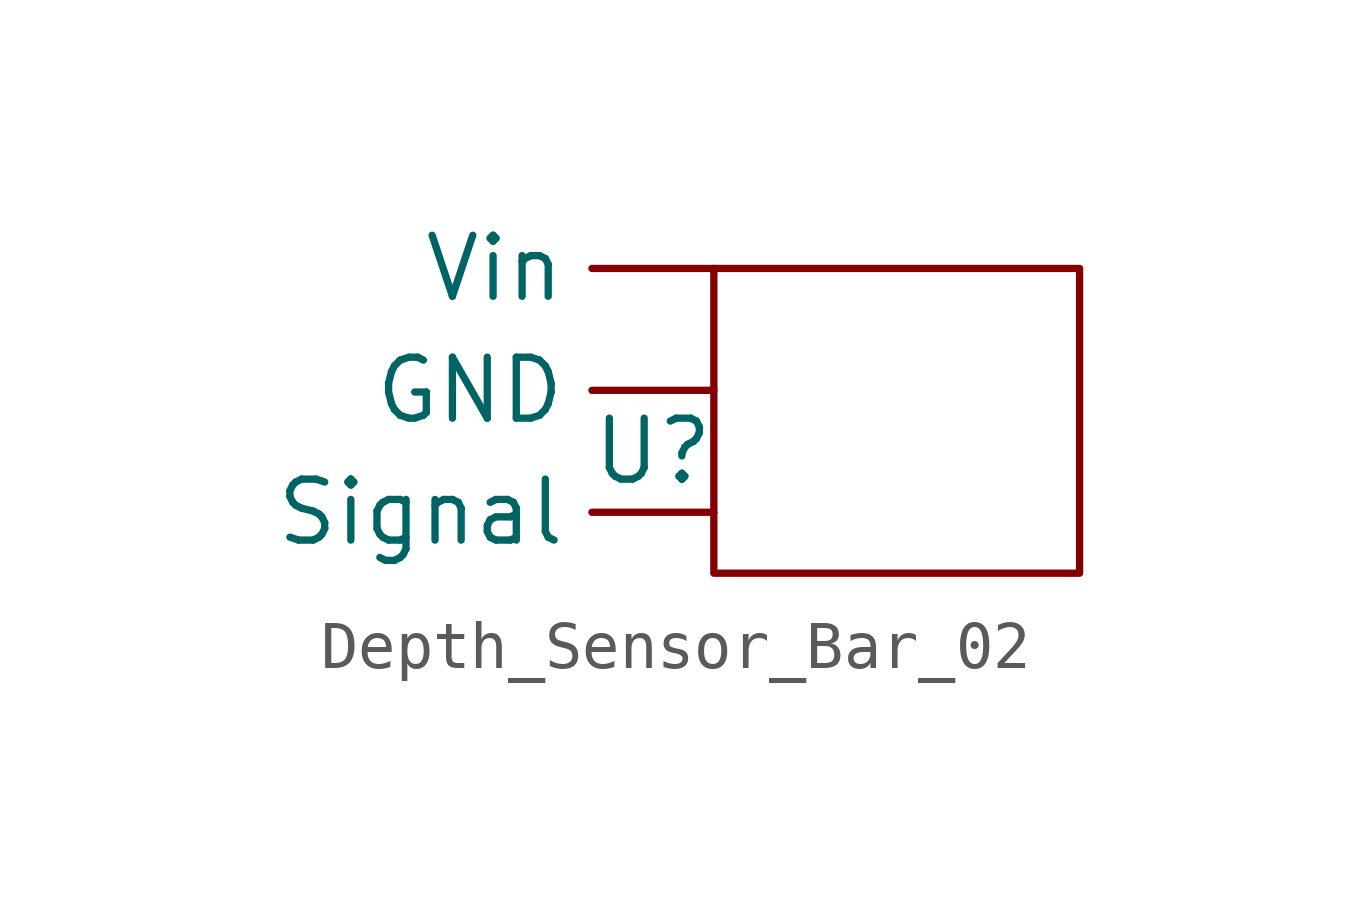
<source format=kicad_sym>
(kicad_symbol_lib
  (version 20231120)
  (generator "kicad_symbol_editor")
  (generator_version "8.0")
  (symbol "Depth_Sensor_Bar_02"
    (property "Reference" "U"
      (at 0 0 0)
      (effects (font (size 1.27 1.27))))
    (property "Value" ""
      (at 0 0 0)
      (effects (font (size 1.27 1.27))))
    (symbol "Depth_Sensor_Bar_02_0_1"
      (rectangle (start 1.27 3.81) (end 8.89 -2.54) (stroke (width 0) (type default)) (fill (type none))))
    (symbol "Depth_Sensor_Bar_02_1_1"
      (pin input line (at 1.27 1.27 180) (length 2.54) (name "GND" (effects (font (size 1.27 1.27)))) (number "" (effects (font (size 1.27 1.27)))))
      (pin output line (at 1.27 -1.27 180) (length 2.54) (name "Signal" (effects (font (size 1.27 1.27)))) (number "" (effects (font (size 1.27 1.27)))))
      (pin input line (at 1.27 3.81 180) (length 2.54) (name "Vin" (effects (font (size 1.27 1.27)))) (number "" (effects (font (size 1.27 1.27))))))))
</source>
